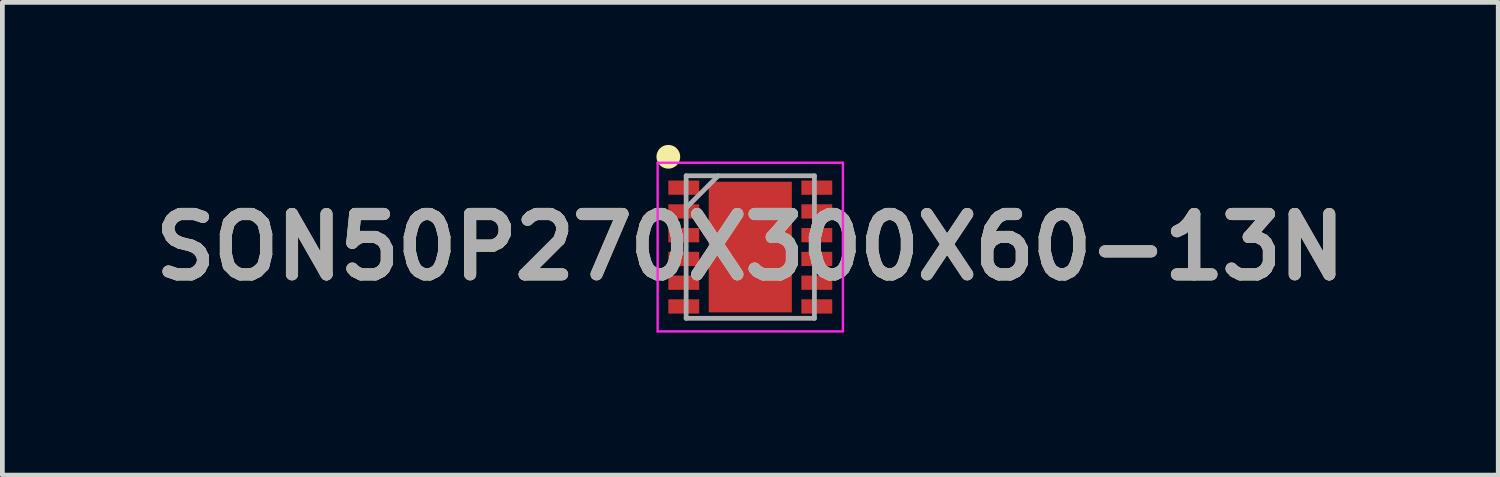
<source format=kicad_pcb>
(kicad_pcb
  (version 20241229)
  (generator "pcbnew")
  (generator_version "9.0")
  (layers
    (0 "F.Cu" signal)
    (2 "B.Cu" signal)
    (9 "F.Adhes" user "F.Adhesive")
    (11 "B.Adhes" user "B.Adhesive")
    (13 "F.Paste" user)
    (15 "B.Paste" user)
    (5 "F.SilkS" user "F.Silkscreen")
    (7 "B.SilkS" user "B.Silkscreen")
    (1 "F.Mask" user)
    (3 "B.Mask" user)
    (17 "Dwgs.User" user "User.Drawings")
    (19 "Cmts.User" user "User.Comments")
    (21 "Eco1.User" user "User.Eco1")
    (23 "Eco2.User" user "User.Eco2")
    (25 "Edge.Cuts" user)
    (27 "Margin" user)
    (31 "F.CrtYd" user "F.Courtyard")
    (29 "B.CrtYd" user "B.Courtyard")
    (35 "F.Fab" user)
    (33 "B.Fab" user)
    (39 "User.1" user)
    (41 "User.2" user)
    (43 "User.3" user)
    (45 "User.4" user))
  (footprint "SON50P270X300X60-13N"
    (layer "F.Cu")
    (at 12.742 2.15)
    (property "Reference" "SON50P270X300X60-13N" (at 0 0 0) (layer "F.SilkS") (effects (font (size 1.27 1.27) (thickness 0.254))))
    (attr smd)
    (fp_circle (center -1.725 -1.9) (end -1.725 -1.775) (stroke (width 0.25) (type solid)) (fill no) (layer "F.SilkS"))
    (fp_line (start -1.95 -1.775) (end 1.95 -1.775) (stroke (width 0.05) (type solid)) (layer "F.CrtYd"))
    (fp_line (start -1.95 1.775) (end -1.95 -1.775) (stroke (width 0.05) (type solid)) (layer "F.CrtYd"))
    (fp_line (start 1.95 -1.775) (end 1.95 1.775) (stroke (width 0.05) (type solid)) (layer "F.CrtYd"))
    (fp_line (start 1.95 1.775) (end -1.95 1.775) (stroke (width 0.05) (type solid)) (layer "F.CrtYd"))
    (fp_line (start -1.35 -1.5) (end 1.35 -1.5) (stroke (width 0.1) (type solid)) (layer "F.Fab"))
    (fp_line (start -1.35 -0.825) (end -0.675 -1.5) (stroke (width 0.1) (type solid)) (layer "F.Fab"))
    (fp_line (start -1.35 1.5) (end -1.35 -1.5) (stroke (width 0.1) (type solid)) (layer "F.Fab"))
    (fp_line (start 1.35 -1.5) (end 1.35 1.5) (stroke (width 0.1) (type solid)) (layer "F.Fab"))
    (fp_line (start 1.35 1.5) (end -1.35 1.5) (stroke (width 0.1) (type solid)) (layer "F.Fab"))
    (fp_text user "${REFERENCE}" (at 0 0 0) (layer "F.Fab") (effects (font (size 1.27 1.27) (thickness 0.254))))
    (pad "1" smd rect (at -1.4 -1.25 90) (size 0.3 0.65) (layers "F.Cu" "F.Mask" "F.Paste"))
    (pad "2" smd rect (at -1.4 -0.75 90) (size 0.3 0.65) (layers "F.Cu" "F.Mask" "F.Paste"))
    (pad "3" smd rect (at -1.4 -0.25 90) (size 0.3 0.65) (layers "F.Cu" "F.Mask" "F.Paste"))
    (pad "4" smd rect (at -1.4 0.25 90) (size 0.3 0.65) (layers "F.Cu" "F.Mask" "F.Paste"))
    (pad "5" smd rect (at -1.4 0.75 90) (size 0.3 0.65) (layers "F.Cu" "F.Mask" "F.Paste"))
    (pad "6" smd rect (at -1.4 1.25 90) (size 0.3 0.65) (layers "F.Cu" "F.Mask" "F.Paste"))
    (pad "7" smd rect (at 1.4 1.25 90) (size 0.3 0.65) (layers "F.Cu" "F.Mask" "F.Paste"))
    (pad "8" smd rect (at 1.4 0.75 90) (size 0.3 0.65) (layers "F.Cu" "F.Mask" "F.Paste"))
    (pad "9" smd rect (at 1.4 0.25 90) (size 0.3 0.65) (layers "F.Cu" "F.Mask" "F.Paste"))
    (pad "10" smd rect (at 1.4 -0.25 90) (size 0.3 0.65) (layers "F.Cu" "F.Mask" "F.Paste"))
    (pad "11" smd rect (at 1.4 -0.75 90) (size 0.3 0.65) (layers "F.Cu" "F.Mask" "F.Paste"))
    (pad "12" smd rect (at 1.4 -1.25 90) (size 0.3 0.65) (layers "F.Cu" "F.Mask" "F.Paste"))
    (pad "13" smd rect (at 0 0) (size 1.75 2.75) (layers "F.Cu" "F.Mask" "F.Paste")))
  (gr_rect
    (start -3 -3)
    (end 28.485 6.95)
    (stroke (width 0.1) (type default))
    (fill no)
    (layer "Edge.Cuts")))
</source>
